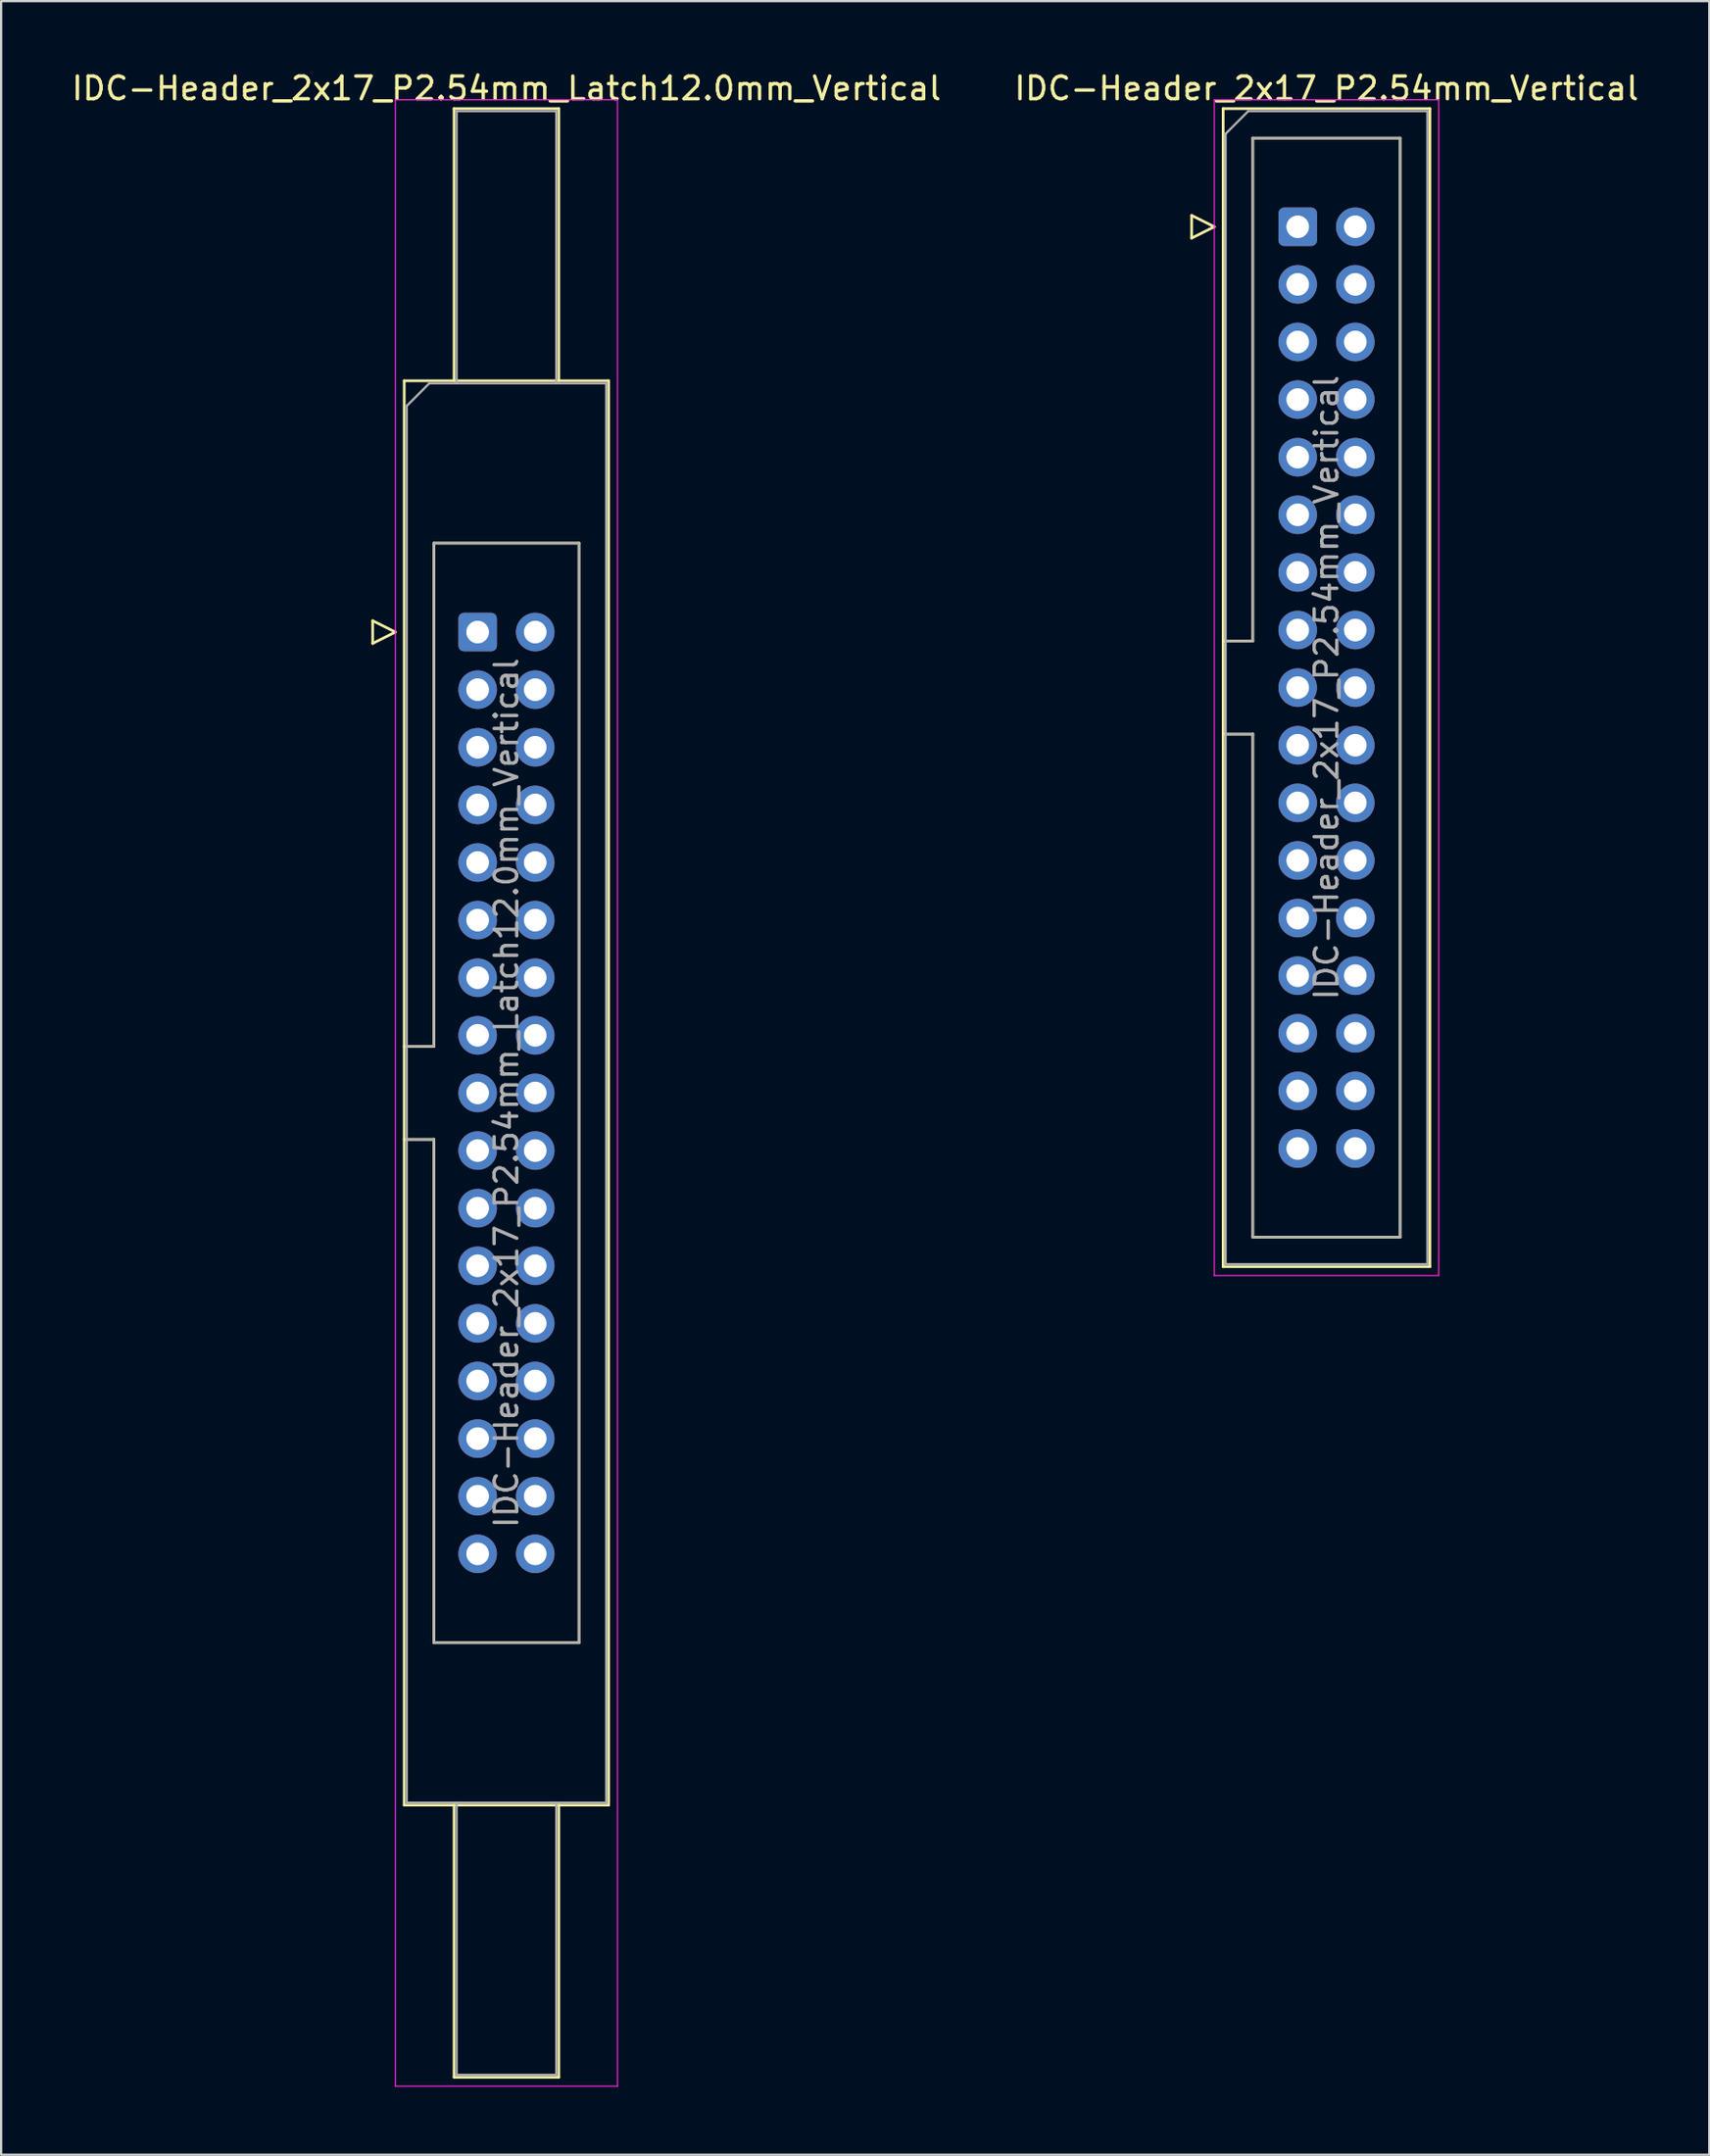
<source format=kicad_pcb>
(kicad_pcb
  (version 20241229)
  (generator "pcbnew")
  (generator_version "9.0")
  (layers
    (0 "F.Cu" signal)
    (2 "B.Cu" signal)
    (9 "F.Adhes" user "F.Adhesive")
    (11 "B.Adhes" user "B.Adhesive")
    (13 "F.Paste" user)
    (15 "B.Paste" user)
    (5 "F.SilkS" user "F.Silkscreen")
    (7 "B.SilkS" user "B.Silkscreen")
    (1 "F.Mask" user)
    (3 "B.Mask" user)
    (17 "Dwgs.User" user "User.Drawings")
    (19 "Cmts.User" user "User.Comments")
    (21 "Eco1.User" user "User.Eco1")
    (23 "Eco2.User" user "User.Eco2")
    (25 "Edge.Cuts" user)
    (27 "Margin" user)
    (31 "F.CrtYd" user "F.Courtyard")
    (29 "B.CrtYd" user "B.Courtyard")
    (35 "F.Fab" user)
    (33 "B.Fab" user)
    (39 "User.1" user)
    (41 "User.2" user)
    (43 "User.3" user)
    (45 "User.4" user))
  (footprint "IDC-Header_2x17_P2.54mm_Latch12.0mm_Vertical"
    (layer "F.Cu")
    (at 18.022 24.818)
    (property "Reference" "IDC-Header_2x17_P2.54mm_Latch12.0mm_Vertical" (at 1.27 -23.97 0) (layer "F.SilkS") (effects (font (size 1 1) (thickness 0.15))))
    (attr through_hole)
    (fp_line (start -4.63 -0.5) (end -4.63 0.5) (stroke (width 0.12) (type solid)) (layer "F.SilkS"))
    (fp_line (start -4.63 0.5) (end -3.63 0) (stroke (width 0.12) (type solid)) (layer "F.SilkS"))
    (fp_line (start -3.63 0) (end -4.63 -0.5) (stroke (width 0.12) (type solid)) (layer "F.SilkS"))
    (fp_line (start -3.24 -11.08) (end 5.78 -11.08) (stroke (width 0.12) (type solid)) (layer "F.SilkS"))
    (fp_line (start -3.24 18.27) (end -1.93 18.27) (stroke (width 0.12) (type solid)) (layer "F.SilkS"))
    (fp_line (start -3.24 51.72) (end -3.24 -11.08) (stroke (width 0.12) (type solid)) (layer "F.SilkS"))
    (fp_line (start -1.93 -3.92) (end 4.47 -3.92) (stroke (width 0.12) (type solid)) (layer "F.SilkS"))
    (fp_line (start -1.93 18.27) (end -1.93 -3.92) (stroke (width 0.12) (type solid)) (layer "F.SilkS"))
    (fp_line (start -1.93 22.37) (end -3.24 22.37) (stroke (width 0.12) (type solid)) (layer "F.SilkS"))
    (fp_line (start -1.93 22.37) (end -1.93 22.37) (stroke (width 0.12) (type solid)) (layer "F.SilkS"))
    (fp_line (start -1.93 44.56) (end -1.93 22.37) (stroke (width 0.12) (type solid)) (layer "F.SilkS"))
    (fp_line (start -1.04 -23.08) (end 3.58 -23.08) (stroke (width 0.12) (type solid)) (layer "F.SilkS"))
    (fp_line (start -1.04 -11.08) (end -1.04 -23.08) (stroke (width 0.12) (type solid)) (layer "F.SilkS"))
    (fp_line (start -1.04 51.72) (end -1.04 63.72) (stroke (width 0.12) (type solid)) (layer "F.SilkS"))
    (fp_line (start -1.04 63.72) (end 3.58 63.72) (stroke (width 0.12) (type solid)) (layer "F.SilkS"))
    (fp_line (start 3.58 -23.08) (end 3.58 -11.08) (stroke (width 0.12) (type solid)) (layer "F.SilkS"))
    (fp_line (start 3.58 63.72) (end 3.58 51.72) (stroke (width 0.12) (type solid)) (layer "F.SilkS"))
    (fp_line (start 4.47 -3.92) (end 4.47 44.56) (stroke (width 0.12) (type solid)) (layer "F.SilkS"))
    (fp_line (start 4.47 44.56) (end -1.93 44.56) (stroke (width 0.12) (type solid)) (layer "F.SilkS"))
    (fp_line (start 5.78 -11.08) (end 5.78 51.72) (stroke (width 0.12) (type solid)) (layer "F.SilkS"))
    (fp_line (start 5.78 51.72) (end -3.24 51.72) (stroke (width 0.12) (type solid)) (layer "F.SilkS"))
    (fp_line (start -3.63 -23.47) (end -3.63 64.11) (stroke (width 0.05) (type solid)) (layer "F.CrtYd"))
    (fp_line (start -3.63 64.11) (end 6.17 64.11) (stroke (width 0.05) (type solid)) (layer "F.CrtYd"))
    (fp_line (start 6.17 -23.47) (end -3.63 -23.47) (stroke (width 0.05) (type solid)) (layer "F.CrtYd"))
    (fp_line (start 6.17 64.11) (end 6.17 -23.47) (stroke (width 0.05) (type solid)) (layer "F.CrtYd"))
    (fp_line (start -3.13 -9.97) (end -2.13 -10.97) (stroke (width 0.1) (type solid)) (layer "F.Fab"))
    (fp_line (start -3.13 18.27) (end -1.93 18.27) (stroke (width 0.1) (type solid)) (layer "F.Fab"))
    (fp_line (start -3.13 51.61) (end -3.13 -9.97) (stroke (width 0.1) (type solid)) (layer "F.Fab"))
    (fp_line (start -2.13 -10.97) (end 5.67 -10.97) (stroke (width 0.1) (type solid)) (layer "F.Fab"))
    (fp_line (start -1.93 -3.92) (end 4.47 -3.92) (stroke (width 0.1) (type solid)) (layer "F.Fab"))
    (fp_line (start -1.93 18.27) (end -1.93 -3.92) (stroke (width 0.1) (type solid)) (layer "F.Fab"))
    (fp_line (start -1.93 22.37) (end -3.13 22.37) (stroke (width 0.1) (type solid)) (layer "F.Fab"))
    (fp_line (start -1.93 22.37) (end -1.93 22.37) (stroke (width 0.1) (type solid)) (layer "F.Fab"))
    (fp_line (start -1.93 44.56) (end -1.93 22.37) (stroke (width 0.1) (type solid)) (layer "F.Fab"))
    (fp_line (start -0.93 -22.97) (end 3.47 -22.97) (stroke (width 0.1) (type solid)) (layer "F.Fab"))
    (fp_line (start -0.93 -10.97) (end -0.93 -22.97) (stroke (width 0.1) (type solid)) (layer "F.Fab"))
    (fp_line (start -0.93 51.61) (end -0.93 63.61) (stroke (width 0.1) (type solid)) (layer "F.Fab"))
    (fp_line (start -0.93 63.61) (end 3.47 63.61) (stroke (width 0.1) (type solid)) (layer "F.Fab"))
    (fp_line (start 3.47 -22.97) (end 3.47 -10.97) (stroke (width 0.1) (type solid)) (layer "F.Fab"))
    (fp_line (start 3.47 63.61) (end 3.47 51.61) (stroke (width 0.1) (type solid)) (layer "F.Fab"))
    (fp_line (start 4.47 -3.92) (end 4.47 44.56) (stroke (width 0.1) (type solid)) (layer "F.Fab"))
    (fp_line (start 4.47 44.56) (end -1.93 44.56) (stroke (width 0.1) (type solid)) (layer "F.Fab"))
    (fp_line (start 5.67 -10.97) (end 5.67 51.61) (stroke (width 0.1) (type solid)) (layer "F.Fab"))
    (fp_line (start 5.67 51.61) (end -3.13 51.61) (stroke (width 0.1) (type solid)) (layer "F.Fab"))
    (fp_text user "${REFERENCE}" (at 1.27 20.32 90) (layer "F.Fab") (effects (font (size 1 1) (thickness 0.15))))
    (pad "1" thru_hole roundrect (at 0 0) (size 1.7 1.7) (drill 1) (layers "*.Cu" "*.Mask") (roundrect_rratio 0.147))
    (pad "2" thru_hole circle (at 2.54 0) (size 1.7 1.7) (drill 1) (layers "*.Cu" "*.Mask"))
    (pad "3" thru_hole circle (at 0 2.54) (size 1.7 1.7) (drill 1) (layers "*.Cu" "*.Mask"))
    (pad "4" thru_hole circle (at 2.54 2.54) (size 1.7 1.7) (drill 1) (layers "*.Cu" "*.Mask"))
    (pad "5" thru_hole circle (at 0 5.08) (size 1.7 1.7) (drill 1) (layers "*.Cu" "*.Mask"))
    (pad "6" thru_hole circle (at 2.54 5.08) (size 1.7 1.7) (drill 1) (layers "*.Cu" "*.Mask"))
    (pad "7" thru_hole circle (at 0 7.62) (size 1.7 1.7) (drill 1) (layers "*.Cu" "*.Mask"))
    (pad "8" thru_hole circle (at 2.54 7.62) (size 1.7 1.7) (drill 1) (layers "*.Cu" "*.Mask"))
    (pad "9" thru_hole circle (at 0 10.16) (size 1.7 1.7) (drill 1) (layers "*.Cu" "*.Mask"))
    (pad "10" thru_hole circle (at 2.54 10.16) (size 1.7 1.7) (drill 1) (layers "*.Cu" "*.Mask"))
    (pad "11" thru_hole circle (at 0 12.7) (size 1.7 1.7) (drill 1) (layers "*.Cu" "*.Mask"))
    (pad "12" thru_hole circle (at 2.54 12.7) (size 1.7 1.7) (drill 1) (layers "*.Cu" "*.Mask"))
    (pad "13" thru_hole circle (at 0 15.24) (size 1.7 1.7) (drill 1) (layers "*.Cu" "*.Mask"))
    (pad "14" thru_hole circle (at 2.54 15.24) (size 1.7 1.7) (drill 1) (layers "*.Cu" "*.Mask"))
    (pad "15" thru_hole circle (at 0 17.78) (size 1.7 1.7) (drill 1) (layers "*.Cu" "*.Mask"))
    (pad "16" thru_hole circle (at 2.54 17.78) (size 1.7 1.7) (drill 1) (layers "*.Cu" "*.Mask"))
    (pad "17" thru_hole circle (at 0 20.32) (size 1.7 1.7) (drill 1) (layers "*.Cu" "*.Mask"))
    (pad "18" thru_hole circle (at 2.54 20.32) (size 1.7 1.7) (drill 1) (layers "*.Cu" "*.Mask"))
    (pad "19" thru_hole circle (at 0 22.86) (size 1.7 1.7) (drill 1) (layers "*.Cu" "*.Mask"))
    (pad "20" thru_hole circle (at 2.54 22.86) (size 1.7 1.7) (drill 1) (layers "*.Cu" "*.Mask"))
    (pad "21" thru_hole circle (at 0 25.4) (size 1.7 1.7) (drill 1) (layers "*.Cu" "*.Mask"))
    (pad "22" thru_hole circle (at 2.54 25.4) (size 1.7 1.7) (drill 1) (layers "*.Cu" "*.Mask"))
    (pad "23" thru_hole circle (at 0 27.94) (size 1.7 1.7) (drill 1) (layers "*.Cu" "*.Mask"))
    (pad "24" thru_hole circle (at 2.54 27.94) (size 1.7 1.7) (drill 1) (layers "*.Cu" "*.Mask"))
    (pad "25" thru_hole circle (at 0 30.48) (size 1.7 1.7) (drill 1) (layers "*.Cu" "*.Mask"))
    (pad "26" thru_hole circle (at 2.54 30.48) (size 1.7 1.7) (drill 1) (layers "*.Cu" "*.Mask"))
    (pad "27" thru_hole circle (at 0 33.02) (size 1.7 1.7) (drill 1) (layers "*.Cu" "*.Mask"))
    (pad "28" thru_hole circle (at 2.54 33.02) (size 1.7 1.7) (drill 1) (layers "*.Cu" "*.Mask"))
    (pad "29" thru_hole circle (at 0 35.56) (size 1.7 1.7) (drill 1) (layers "*.Cu" "*.Mask"))
    (pad "30" thru_hole circle (at 2.54 35.56) (size 1.7 1.7) (drill 1) (layers "*.Cu" "*.Mask"))
    (pad "31" thru_hole circle (at 0 38.1) (size 1.7 1.7) (drill 1) (layers "*.Cu" "*.Mask"))
    (pad "32" thru_hole circle (at 2.54 38.1) (size 1.7 1.7) (drill 1) (layers "*.Cu" "*.Mask"))
    (pad "33" thru_hole circle (at 0 40.64) (size 1.7 1.7) (drill 1) (layers "*.Cu" "*.Mask"))
    (pad "34" thru_hole circle (at 2.54 40.64) (size 1.7 1.7) (drill 1) (layers "*.Cu" "*.Mask")))
  (footprint "IDC-Header_2x17_P2.54mm_Vertical"
    (layer "F.Cu")
    (at 54.2 6.948)
    (property "Reference" "IDC-Header_2x17_P2.54mm_Vertical" (at 1.27 -6.1 0) (layer "F.SilkS") (effects (font (size 1 1) (thickness 0.15))))
    (attr through_hole)
    (fp_line (start -4.68 -0.5) (end -4.68 0.5) (stroke (width 0.12) (type solid)) (layer "F.SilkS"))
    (fp_line (start -4.68 0.5) (end -3.68 0) (stroke (width 0.12) (type solid)) (layer "F.SilkS"))
    (fp_line (start -3.68 0) (end -4.68 -0.5) (stroke (width 0.12) (type solid)) (layer "F.SilkS"))
    (fp_line (start -3.29 -5.21) (end 5.83 -5.21) (stroke (width 0.12) (type solid)) (layer "F.SilkS"))
    (fp_line (start -3.29 18.27) (end -1.98 18.27) (stroke (width 0.12) (type solid)) (layer "F.SilkS"))
    (fp_line (start -3.29 45.85) (end -3.29 -5.21) (stroke (width 0.12) (type solid)) (layer "F.SilkS"))
    (fp_line (start -1.98 -3.91) (end 4.52 -3.91) (stroke (width 0.12) (type solid)) (layer "F.SilkS"))
    (fp_line (start -1.98 18.27) (end -1.98 -3.91) (stroke (width 0.12) (type solid)) (layer "F.SilkS"))
    (fp_line (start -1.98 22.37) (end -3.29 22.37) (stroke (width 0.12) (type solid)) (layer "F.SilkS"))
    (fp_line (start -1.98 22.37) (end -1.98 22.37) (stroke (width 0.12) (type solid)) (layer "F.SilkS"))
    (fp_line (start -1.98 44.55) (end -1.98 22.37) (stroke (width 0.12) (type solid)) (layer "F.SilkS"))
    (fp_line (start 4.52 -3.91) (end 4.52 44.55) (stroke (width 0.12) (type solid)) (layer "F.SilkS"))
    (fp_line (start 4.52 44.55) (end -1.98 44.55) (stroke (width 0.12) (type solid)) (layer "F.SilkS"))
    (fp_line (start 5.83 -5.21) (end 5.83 45.85) (stroke (width 0.12) (type solid)) (layer "F.SilkS"))
    (fp_line (start 5.83 45.85) (end -3.29 45.85) (stroke (width 0.12) (type solid)) (layer "F.SilkS"))
    (fp_line (start -3.68 -5.6) (end -3.68 46.24) (stroke (width 0.05) (type solid)) (layer "F.CrtYd"))
    (fp_line (start -3.68 46.24) (end 6.22 46.24) (stroke (width 0.05) (type solid)) (layer "F.CrtYd"))
    (fp_line (start 6.22 -5.6) (end -3.68 -5.6) (stroke (width 0.05) (type solid)) (layer "F.CrtYd"))
    (fp_line (start 6.22 46.24) (end 6.22 -5.6) (stroke (width 0.05) (type solid)) (layer "F.CrtYd"))
    (fp_line (start -3.18 -4.1) (end -2.18 -5.1) (stroke (width 0.1) (type solid)) (layer "F.Fab"))
    (fp_line (start -3.18 18.27) (end -1.98 18.27) (stroke (width 0.1) (type solid)) (layer "F.Fab"))
    (fp_line (start -3.18 45.74) (end -3.18 -4.1) (stroke (width 0.1) (type solid)) (layer "F.Fab"))
    (fp_line (start -2.18 -5.1) (end 5.72 -5.1) (stroke (width 0.1) (type solid)) (layer "F.Fab"))
    (fp_line (start -1.98 -3.91) (end 4.52 -3.91) (stroke (width 0.1) (type solid)) (layer "F.Fab"))
    (fp_line (start -1.98 18.27) (end -1.98 -3.91) (stroke (width 0.1) (type solid)) (layer "F.Fab"))
    (fp_line (start -1.98 22.37) (end -3.18 22.37) (stroke (width 0.1) (type solid)) (layer "F.Fab"))
    (fp_line (start -1.98 22.37) (end -1.98 22.37) (stroke (width 0.1) (type solid)) (layer "F.Fab"))
    (fp_line (start -1.98 44.55) (end -1.98 22.37) (stroke (width 0.1) (type solid)) (layer "F.Fab"))
    (fp_line (start 4.52 -3.91) (end 4.52 44.55) (stroke (width 0.1) (type solid)) (layer "F.Fab"))
    (fp_line (start 4.52 44.55) (end -1.98 44.55) (stroke (width 0.1) (type solid)) (layer "F.Fab"))
    (fp_line (start 5.72 -5.1) (end 5.72 45.74) (stroke (width 0.1) (type solid)) (layer "F.Fab"))
    (fp_line (start 5.72 45.74) (end -3.18 45.74) (stroke (width 0.1) (type solid)) (layer "F.Fab"))
    (fp_text user "${REFERENCE}" (at 1.27 20.32 90) (layer "F.Fab") (effects (font (size 1 1) (thickness 0.15))))
    (pad "1" thru_hole roundrect (at 0 0) (size 1.7 1.7) (drill 1) (layers "*.Cu" "*.Mask") (roundrect_rratio 0.147))
    (pad "2" thru_hole circle (at 2.54 0) (size 1.7 1.7) (drill 1) (layers "*.Cu" "*.Mask"))
    (pad "3" thru_hole circle (at 0 2.54) (size 1.7 1.7) (drill 1) (layers "*.Cu" "*.Mask"))
    (pad "4" thru_hole circle (at 2.54 2.54) (size 1.7 1.7) (drill 1) (layers "*.Cu" "*.Mask"))
    (pad "5" thru_hole circle (at 0 5.08) (size 1.7 1.7) (drill 1) (layers "*.Cu" "*.Mask"))
    (pad "6" thru_hole circle (at 2.54 5.08) (size 1.7 1.7) (drill 1) (layers "*.Cu" "*.Mask"))
    (pad "7" thru_hole circle (at 0 7.62) (size 1.7 1.7) (drill 1) (layers "*.Cu" "*.Mask"))
    (pad "8" thru_hole circle (at 2.54 7.62) (size 1.7 1.7) (drill 1) (layers "*.Cu" "*.Mask"))
    (pad "9" thru_hole circle (at 0 10.16) (size 1.7 1.7) (drill 1) (layers "*.Cu" "*.Mask"))
    (pad "10" thru_hole circle (at 2.54 10.16) (size 1.7 1.7) (drill 1) (layers "*.Cu" "*.Mask"))
    (pad "11" thru_hole circle (at 0 12.7) (size 1.7 1.7) (drill 1) (layers "*.Cu" "*.Mask"))
    (pad "12" thru_hole circle (at 2.54 12.7) (size 1.7 1.7) (drill 1) (layers "*.Cu" "*.Mask"))
    (pad "13" thru_hole circle (at 0 15.24) (size 1.7 1.7) (drill 1) (layers "*.Cu" "*.Mask"))
    (pad "14" thru_hole circle (at 2.54 15.24) (size 1.7 1.7) (drill 1) (layers "*.Cu" "*.Mask"))
    (pad "15" thru_hole circle (at 0 17.78) (size 1.7 1.7) (drill 1) (layers "*.Cu" "*.Mask"))
    (pad "16" thru_hole circle (at 2.54 17.78) (size 1.7 1.7) (drill 1) (layers "*.Cu" "*.Mask"))
    (pad "17" thru_hole circle (at 0 20.32) (size 1.7 1.7) (drill 1) (layers "*.Cu" "*.Mask"))
    (pad "18" thru_hole circle (at 2.54 20.32) (size 1.7 1.7) (drill 1) (layers "*.Cu" "*.Mask"))
    (pad "19" thru_hole circle (at 0 22.86) (size 1.7 1.7) (drill 1) (layers "*.Cu" "*.Mask"))
    (pad "20" thru_hole circle (at 2.54 22.86) (size 1.7 1.7) (drill 1) (layers "*.Cu" "*.Mask"))
    (pad "21" thru_hole circle (at 0 25.4) (size 1.7 1.7) (drill 1) (layers "*.Cu" "*.Mask"))
    (pad "22" thru_hole circle (at 2.54 25.4) (size 1.7 1.7) (drill 1) (layers "*.Cu" "*.Mask"))
    (pad "23" thru_hole circle (at 0 27.94) (size 1.7 1.7) (drill 1) (layers "*.Cu" "*.Mask"))
    (pad "24" thru_hole circle (at 2.54 27.94) (size 1.7 1.7) (drill 1) (layers "*.Cu" "*.Mask"))
    (pad "25" thru_hole circle (at 0 30.48) (size 1.7 1.7) (drill 1) (layers "*.Cu" "*.Mask"))
    (pad "26" thru_hole circle (at 2.54 30.48) (size 1.7 1.7) (drill 1) (layers "*.Cu" "*.Mask"))
    (pad "27" thru_hole circle (at 0 33.02) (size 1.7 1.7) (drill 1) (layers "*.Cu" "*.Mask"))
    (pad "28" thru_hole circle (at 2.54 33.02) (size 1.7 1.7) (drill 1) (layers "*.Cu" "*.Mask"))
    (pad "29" thru_hole circle (at 0 35.56) (size 1.7 1.7) (drill 1) (layers "*.Cu" "*.Mask"))
    (pad "30" thru_hole circle (at 2.54 35.56) (size 1.7 1.7) (drill 1) (layers "*.Cu" "*.Mask"))
    (pad "31" thru_hole circle (at 0 38.1) (size 1.7 1.7) (drill 1) (layers "*.Cu" "*.Mask"))
    (pad "32" thru_hole circle (at 2.54 38.1) (size 1.7 1.7) (drill 1) (layers "*.Cu" "*.Mask"))
    (pad "33" thru_hole circle (at 0 40.64) (size 1.7 1.7) (drill 1) (layers "*.Cu" "*.Mask"))
    (pad "34" thru_hole circle (at 2.54 40.64) (size 1.7 1.7) (drill 1) (layers "*.Cu" "*.Mask")))
  (gr_rect
    (start -3 -3)
    (end 72.357 91.953)
    (stroke (width 0.1) (type default))
    (fill no)
    (layer "Edge.Cuts")))
</source>
